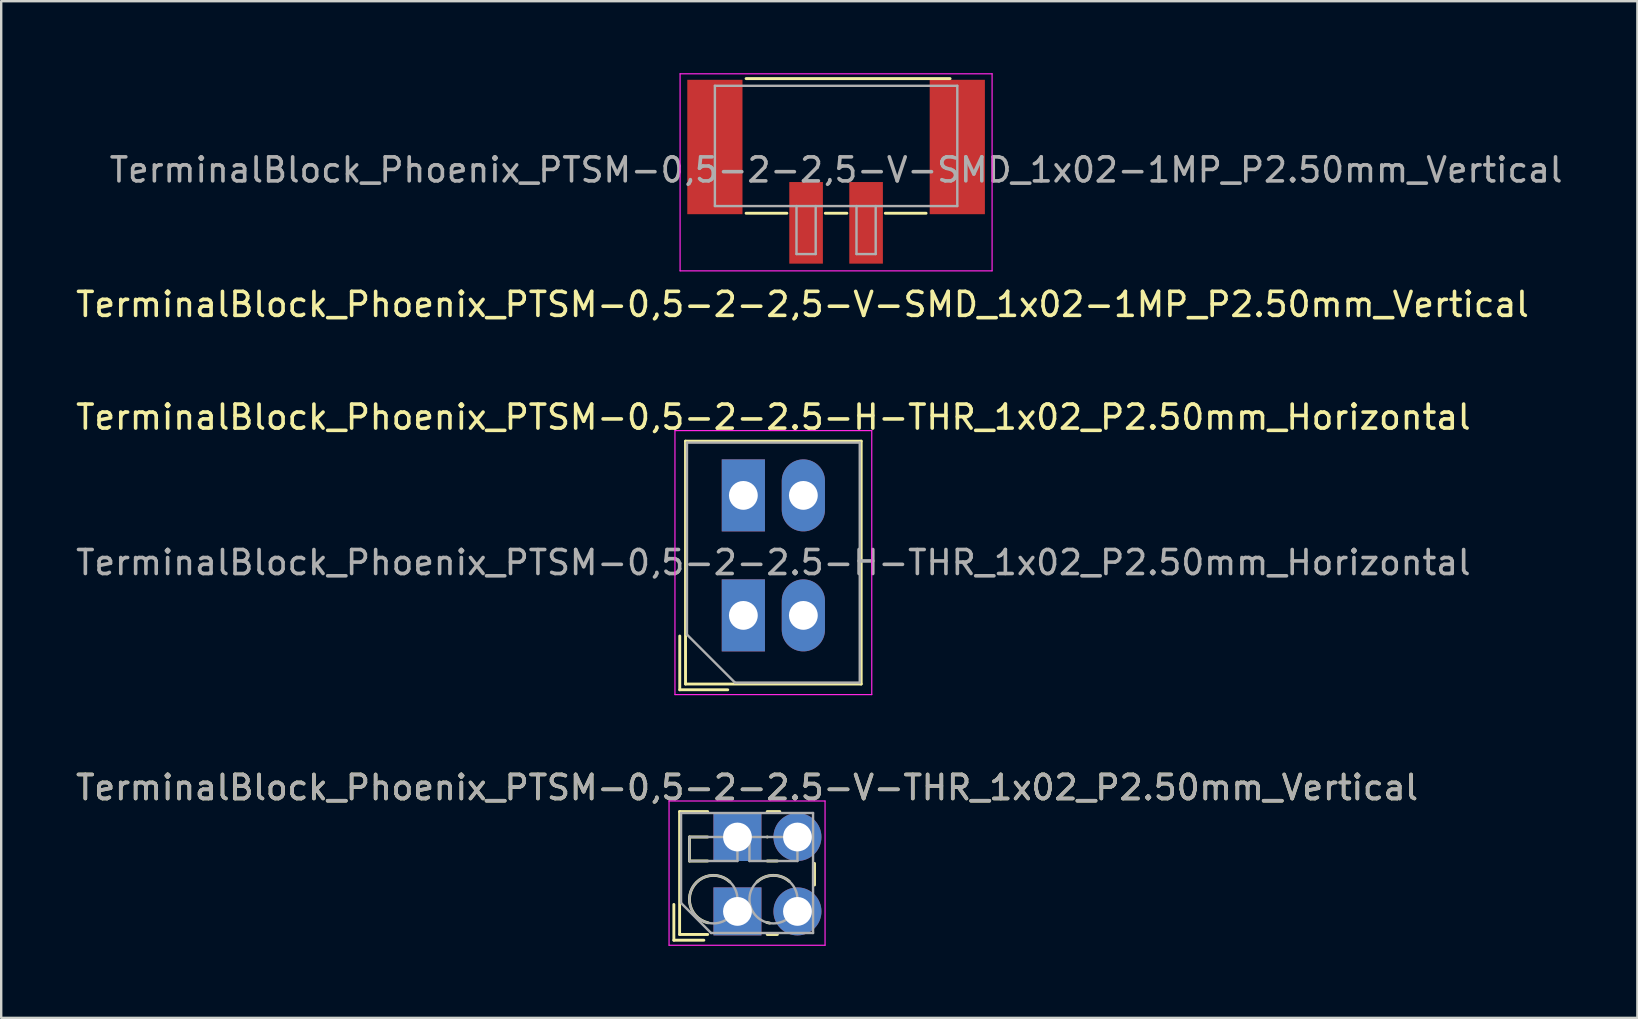
<source format=kicad_pcb>
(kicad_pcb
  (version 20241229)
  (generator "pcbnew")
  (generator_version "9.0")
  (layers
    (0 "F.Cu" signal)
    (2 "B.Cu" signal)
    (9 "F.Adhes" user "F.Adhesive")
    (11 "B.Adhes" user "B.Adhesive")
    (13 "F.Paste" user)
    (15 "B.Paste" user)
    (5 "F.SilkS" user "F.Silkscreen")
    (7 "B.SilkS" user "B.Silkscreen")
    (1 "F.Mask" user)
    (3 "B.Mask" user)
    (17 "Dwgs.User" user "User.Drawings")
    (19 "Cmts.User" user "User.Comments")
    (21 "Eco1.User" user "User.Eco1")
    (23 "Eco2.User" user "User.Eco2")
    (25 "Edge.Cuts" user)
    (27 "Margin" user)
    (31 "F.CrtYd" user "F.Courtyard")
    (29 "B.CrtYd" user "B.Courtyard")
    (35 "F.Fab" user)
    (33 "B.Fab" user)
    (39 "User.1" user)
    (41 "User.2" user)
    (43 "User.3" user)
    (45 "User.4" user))
  (footprint "TerminalBlock_Phoenix_PTSM-0,5-2-2.5-V-THR_1x02_P2.50mm_Vertical"
    (layer "F.Cu")
    (at 27.677 34.925)
    (property "Reference" "TerminalBlock_Phoenix_PTSM-0,5-2-2.5-V-THR_1x02_P2.50mm_Vertical" (at 0.4 -5.16 0) (layer "F.SilkS") (effects (font (size 1 1) (thickness 0.15))))
    (attr through_hole)
    (fp_line (start -2.65 -0.29) (end -2.65 1.2) (stroke (width 0.12) (type solid)) (layer "F.SilkS"))
    (fp_line (start -2.65 1.2) (end -1.4 1.2) (stroke (width 0.12) (type solid)) (layer "F.SilkS"))
    (fp_line (start -2.41 -4.16) (end -2.41 0.961) (stroke (width 0.12) (type solid)) (layer "F.SilkS"))
    (fp_line (start -2.41 -4.16) (end -1.24 -4.16) (stroke (width 0.12) (type solid)) (layer "F.SilkS"))
    (fp_line (start -2.41 0.961) (end -1.24 0.961) (stroke (width 0.12) (type solid)) (layer "F.SilkS"))
    (fp_line (start -2 -3.1) (end -2 -2.1) (stroke (width 0.12) (type solid)) (layer "F.SilkS"))
    (fp_line (start -2 -3.1) (end -1.24 -3.1) (stroke (width 0.12) (type solid)) (layer "F.SilkS"))
    (fp_line (start -2 -2.1) (end -1.24 -2.1) (stroke (width 0.12) (type solid)) (layer "F.SilkS"))
    (fp_line (start 1.24 -4.16) (end 1.763 -4.16) (stroke (width 0.12) (type solid)) (layer "F.SilkS"))
    (fp_line (start 1.24 -3.1) (end 1.245 -3.1) (stroke (width 0.12) (type solid)) (layer "F.SilkS"))
    (fp_line (start 1.24 -2.1) (end 1.665 -2.1) (stroke (width 0.12) (type solid)) (layer "F.SilkS"))
    (fp_line (start 1.24 0.961) (end 1.665 0.961) (stroke (width 0.12) (type solid)) (layer "F.SilkS"))
    (fp_line (start 3.21 -2) (end 3.21 -1.1) (stroke (width 0.12) (type solid)) (layer "F.SilkS"))
    (fp_arc (start -1.224629 0.474931) (mid -1.883573 -0.969306) (end -0.318 -1.232) (stroke (width 0.12) (type solid)) (layer "F.SilkS"))
    (fp_arc (start 0.817811 -1.23232) (mid 1.483053 -1.500693) (end 2.157 -1.255) (stroke (width 0.12) (type solid)) (layer "F.SilkS"))
    (fp_arc (start 1.344288 0.488343) (mid 1.284242 0.476994) (end 1.225 0.462) (stroke (width 0.12) (type solid)) (layer "F.SilkS"))
    (fp_line (start -2.85 -4.6) (end -2.85 1.41) (stroke (width 0.05) (type solid)) (layer "F.CrtYd"))
    (fp_line (start -2.85 1.41) (end 3.65 1.41) (stroke (width 0.05) (type solid)) (layer "F.CrtYd"))
    (fp_line (start 3.65 -4.6) (end -2.85 -4.6) (stroke (width 0.05) (type solid)) (layer "F.CrtYd"))
    (fp_line (start 3.65 1.41) (end 3.65 -4.6) (stroke (width 0.05) (type solid)) (layer "F.CrtYd"))
    (fp_line (start -2.35 -4.1) (end 3.15 -4.1) (stroke (width 0.1) (type solid)) (layer "F.Fab"))
    (fp_line (start -2.35 -0.35) (end -2.35 -4.1) (stroke (width 0.1) (type solid)) (layer "F.Fab"))
    (fp_line (start -2 -3.1) (end -2 -2.1) (stroke (width 0.1) (type solid)) (layer "F.Fab"))
    (fp_line (start -2 -2.1) (end 0 -2.1) (stroke (width 0.1) (type solid)) (layer "F.Fab"))
    (fp_line (start -1.1 0.9) (end -2.35 -0.35) (stroke (width 0.1) (type solid)) (layer "F.Fab"))
    (fp_line (start 0 -3.1) (end -2 -3.1) (stroke (width 0.1) (type solid)) (layer "F.Fab"))
    (fp_line (start 0 -2.1) (end 0 -3.1) (stroke (width 0.1) (type solid)) (layer "F.Fab"))
    (fp_line (start 0.5 -3.1) (end 0.5 -2.1) (stroke (width 0.1) (type solid)) (layer "F.Fab"))
    (fp_line (start 0.5 -2.1) (end 2.5 -2.1) (stroke (width 0.1) (type solid)) (layer "F.Fab"))
    (fp_line (start 2.5 -3.1) (end 0.5 -3.1) (stroke (width 0.1) (type solid)) (layer "F.Fab"))
    (fp_line (start 2.5 -2.1) (end 2.5 -3.1) (stroke (width 0.1) (type solid)) (layer "F.Fab"))
    (fp_line (start 3.15 -4.1) (end 3.15 0.9) (stroke (width 0.1) (type solid)) (layer "F.Fab"))
    (fp_line (start 3.15 0.9) (end -1.1 0.9) (stroke (width 0.1) (type solid)) (layer "F.Fab"))
    (fp_circle (center -1 -0.5) (end 0 -0.5) (stroke (width 0.1) (type solid)) (fill no) (layer "F.Fab"))
    (fp_circle (center 1.5 -0.5) (end 2.5 -0.5) (stroke (width 0.1) (type solid)) (fill no) (layer "F.Fab"))
    (fp_text user "${REFERENCE}" (at 0.4 -5.16 0) (layer "F.Fab") (effects (font (size 1 1) (thickness 0.15))))
    (pad "1" thru_hole rect (at 0 -3.1) (size 2 2) (drill 1.2) (layers "*.Cu" "*.Mask"))
    (pad "1" thru_hole rect (at 0 0) (size 2 2) (drill 1.2) (layers "*.Cu" "*.Mask"))
    (pad "2" thru_hole circle (at 2.5 -3.1) (size 2 2) (drill 1.2) (layers "*.Cu" "*.Mask"))
    (pad "2" thru_hole circle (at 2.5 0) (size 2 2) (drill 1.2) (layers "*.Cu" "*.Mask")))
  (footprint "TerminalBlock_Phoenix_PTSM-0,5-2-2.5-H-THR_1x02_P2.50mm_Horizontal"
    (layer "F.Cu")
    (at 27.923 22.591)
    (property "Reference" "TerminalBlock_Phoenix_PTSM-0,5-2-2.5-H-THR_1x02_P2.50mm_Horizontal" (at 1.25 -8.26 0) (layer "F.SilkS") (effects (font (size 1 1) (thickness 0.15))))
    (attr through_hole)
    (fp_line (start -2.65 0.86) (end -2.65 3.1) (stroke (width 0.12) (type solid)) (layer "F.SilkS"))
    (fp_line (start -2.65 3.1) (end -0.65 3.1) (stroke (width 0.12) (type solid)) (layer "F.SilkS"))
    (fp_line (start -2.41 -7.26) (end -2.41 2.86) (stroke (width 0.12) (type solid)) (layer "F.SilkS"))
    (fp_line (start -2.41 -7.26) (end 4.91 -7.26) (stroke (width 0.12) (type solid)) (layer "F.SilkS"))
    (fp_line (start -2.41 2.86) (end 4.91 2.86) (stroke (width 0.12) (type solid)) (layer "F.SilkS"))
    (fp_line (start 4.91 -7.26) (end 4.91 2.86) (stroke (width 0.12) (type solid)) (layer "F.SilkS"))
    (fp_line (start -2.85 -7.7) (end -2.85 3.3) (stroke (width 0.05) (type solid)) (layer "F.CrtYd"))
    (fp_line (start -2.85 3.3) (end 5.35 3.3) (stroke (width 0.05) (type solid)) (layer "F.CrtYd"))
    (fp_line (start 5.35 -7.7) (end -2.85 -7.7) (stroke (width 0.05) (type solid)) (layer "F.CrtYd"))
    (fp_line (start 5.35 3.3) (end 5.35 -7.7) (stroke (width 0.05) (type solid)) (layer "F.CrtYd"))
    (fp_line (start -2.35 -7.2) (end 4.85 -7.2) (stroke (width 0.1) (type solid)) (layer "F.Fab"))
    (fp_line (start -2.35 0.8) (end -2.35 -7.2) (stroke (width 0.1) (type solid)) (layer "F.Fab"))
    (fp_line (start -0.35 2.8) (end -2.35 0.8) (stroke (width 0.1) (type solid)) (layer "F.Fab"))
    (fp_line (start 4.85 -7.2) (end 4.85 2.8) (stroke (width 0.1) (type solid)) (layer "F.Fab"))
    (fp_line (start 4.85 2.8) (end -0.35 2.8) (stroke (width 0.1) (type solid)) (layer "F.Fab"))
    (fp_text user "${REFERENCE}" (at 1.25 -2.2 0) (layer "F.Fab") (effects (font (size 1 1) (thickness 0.15))))
    (pad "1" thru_hole rect (at 0 -5) (size 1.8 3) (drill 1.2) (layers "*.Cu" "*.Mask"))
    (pad "1" thru_hole rect (at 0 0) (size 1.8 3) (drill 1.2) (layers "*.Cu" "*.Mask"))
    (pad "2" thru_hole oval (at 2.5 -5) (size 1.8 3) (drill 1.2) (layers "*.Cu" "*.Mask"))
    (pad "2" thru_hole oval (at 2.5 0) (size 1.8 3) (drill 1.2) (layers "*.Cu" "*.Mask")))
  (footprint "TerminalBlock_Phoenix_PTSM-0,5-2-2,5-V-SMD_1x02-1MP_P2.50mm_Vertical"
    (layer "F.Cu")
    (at 31.787 4.105)
    (property "Reference" "TerminalBlock_Phoenix_PTSM-0,5-2-2,5-V-SMD_1x02-1MP_P2.50mm_Vertical" (at -1.4 5.53 0) (layer "F.SilkS") (effects (font (size 1 1) (thickness 0.15))))
    (attr smd)
    (fp_line (start -3.75 -3.88) (end 4.75 -3.88) (stroke (width 0.12) (type solid)) (layer "F.SilkS"))
    (fp_line (start -2.05 1.73) (end -3.75 1.73) (stroke (width 0.12) (type solid)) (layer "F.SilkS"))
    (fp_line (start 0.45 1.73) (end -0.45 1.73) (stroke (width 0.12) (type solid)) (layer "F.SilkS"))
    (fp_line (start 3.75 1.73) (end 2.05 1.73) (stroke (width 0.12) (type solid)) (layer "F.SilkS"))
    (fp_line (start -6.5 -4.08) (end 6.5 -4.08) (stroke (width 0.05) (type solid)) (layer "F.CrtYd"))
    (fp_line (start -6.5 4.13) (end -6.5 -4.08) (stroke (width 0.05) (type solid)) (layer "F.CrtYd"))
    (fp_line (start 6.5 -4.08) (end 6.5 4.13) (stroke (width 0.05) (type solid)) (layer "F.CrtYd"))
    (fp_line (start 6.5 4.13) (end -6.5 4.13) (stroke (width 0.05) (type solid)) (layer "F.CrtYd"))
    (fp_line (start -5.05 -3.58) (end 5.05 -3.58) (stroke (width 0.1) (type solid)) (layer "F.Fab"))
    (fp_line (start -5.05 1.43) (end -5.05 -3.58) (stroke (width 0.1) (type solid)) (layer "F.Fab"))
    (fp_line (start -1.65 1.43) (end -1.65 3.43) (stroke (width 0.1) (type solid)) (layer "F.Fab"))
    (fp_line (start -1.65 3.43) (end -0.85 3.43) (stroke (width 0.1) (type solid)) (layer "F.Fab"))
    (fp_line (start -0.85 1.43) (end -0.85 3.43) (stroke (width 0.1) (type solid)) (layer "F.Fab"))
    (fp_line (start 0.85 1.43) (end 0.85 3.43) (stroke (width 0.1) (type solid)) (layer "F.Fab"))
    (fp_line (start 0.85 3.43) (end 1.65 3.43) (stroke (width 0.1) (type solid)) (layer "F.Fab"))
    (fp_line (start 1.65 1.43) (end 1.65 3.43) (stroke (width 0.1) (type solid)) (layer "F.Fab"))
    (fp_line (start 5.05 1.43) (end -5.05 1.43) (stroke (width 0.1) (type solid)) (layer "F.Fab"))
    (fp_line (start 5.05 1.43) (end 5.05 -3.58) (stroke (width 0.1) (type solid)) (layer "F.Fab"))
    (fp_text user "${REFERENCE}" (at 0 -0.075 0) (layer "F.Fab") (effects (font (size 1 1) (thickness 0.15))))
    (pad "1" smd rect (at -1.25 2.13 180) (size 1.4 3.4) (layers "F.Cu" "F.Mask" "F.Paste"))
    (pad "2" smd rect (at 1.25 2.13 180) (size 1.4 3.4) (layers "F.Cu" "F.Mask" "F.Paste"))
    (pad "MP" smd rect (at -5.05 -1.03 180) (size 2.3 5.6) (layers "F.Cu" "F.Mask" "F.Paste"))
    (pad "MP" smd rect (at 5.05 -1.03 180) (size 2.3 5.6) (layers "F.Cu" "F.Mask" "F.Paste")))
  (gr_rect
    (start -3 -3)
    (end 65.174 39.36)
    (stroke (width 0.1) (type default))
    (fill no)
    (layer "Edge.Cuts")))
</source>
